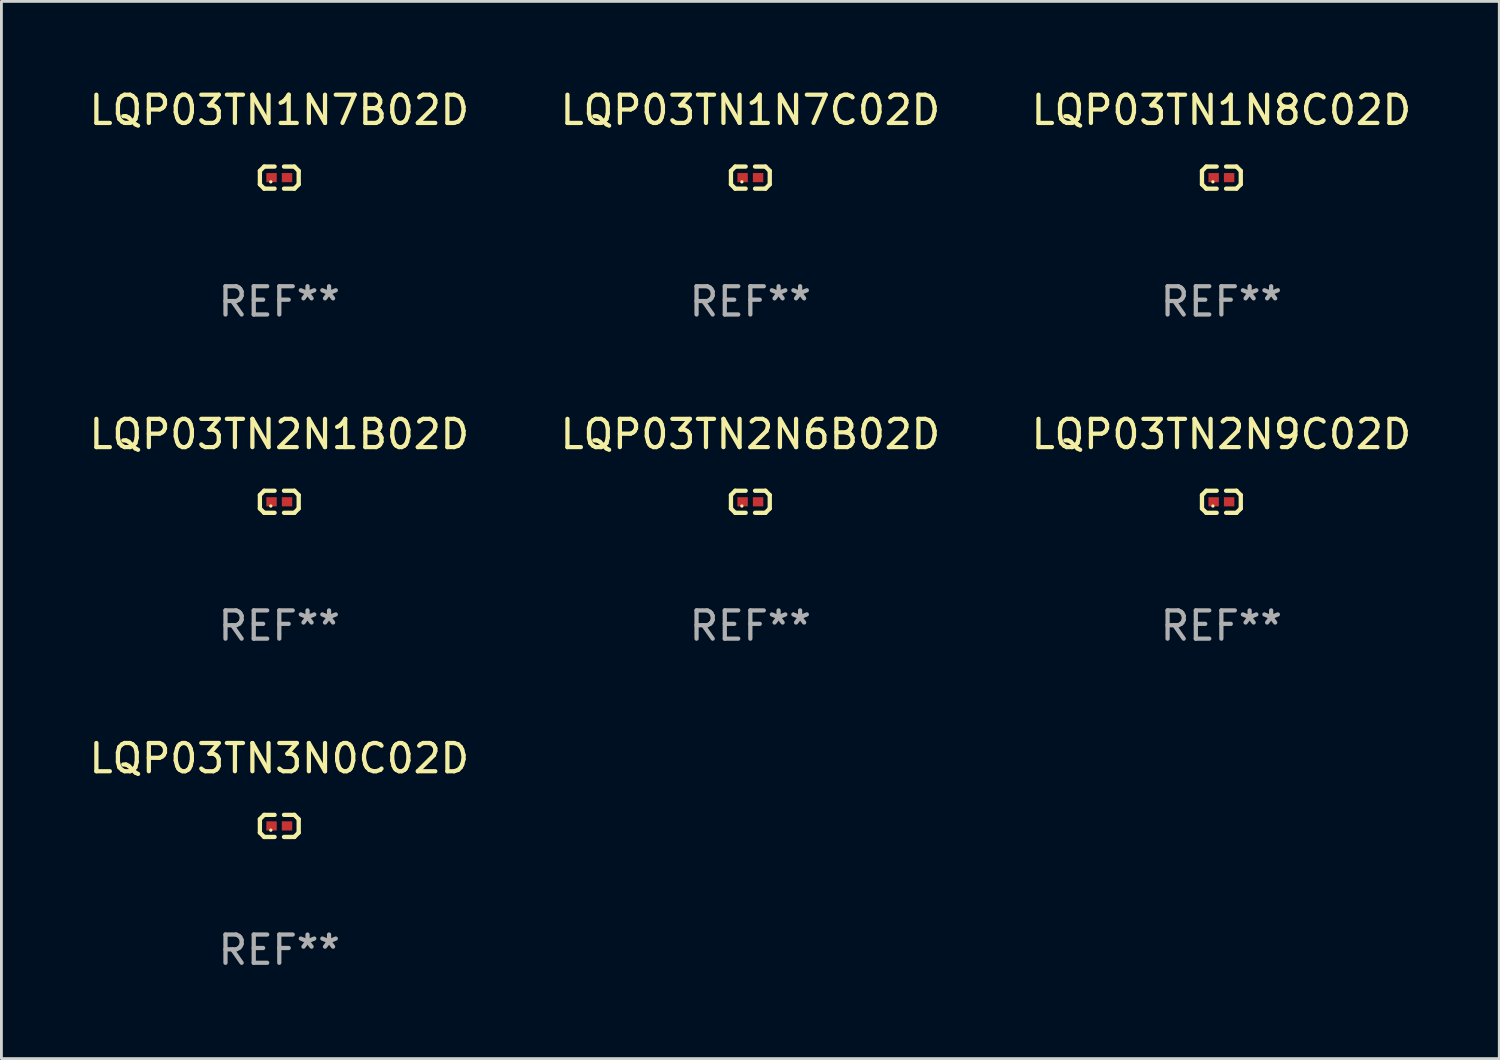
<source format=kicad_pcb>
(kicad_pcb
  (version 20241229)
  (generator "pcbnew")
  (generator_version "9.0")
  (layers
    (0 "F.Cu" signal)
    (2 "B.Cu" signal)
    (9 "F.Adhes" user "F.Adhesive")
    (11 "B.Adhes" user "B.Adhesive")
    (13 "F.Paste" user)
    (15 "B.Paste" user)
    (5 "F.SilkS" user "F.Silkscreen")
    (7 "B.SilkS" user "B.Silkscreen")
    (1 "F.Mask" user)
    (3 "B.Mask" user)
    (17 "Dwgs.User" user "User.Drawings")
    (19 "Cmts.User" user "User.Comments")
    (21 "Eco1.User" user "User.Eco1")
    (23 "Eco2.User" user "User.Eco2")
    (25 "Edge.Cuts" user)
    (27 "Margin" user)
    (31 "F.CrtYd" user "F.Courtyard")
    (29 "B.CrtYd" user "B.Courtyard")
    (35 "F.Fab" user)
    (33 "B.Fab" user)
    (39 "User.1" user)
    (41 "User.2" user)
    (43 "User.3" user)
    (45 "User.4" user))
  (footprint "LQP03TN2N6B02D"
    (layer "F.Cu")
    (at 23.518 14.717)
    (property "Reference" "LQP03TN2N6B02D" (at 0 -2.391 0) (layer "F.SilkS") (effects (font (size 1 1) (thickness 0.15))))
    (attr through_hole)
    (fp_line (start -0.687 -0.238) (end -0.535 -0.391) (stroke (width 0.152) (type solid)) (layer "F.SilkS"))
    (fp_line (start -0.687 0.238) (end -0.687 -0.238) (stroke (width 0.152) (type solid)) (layer "F.SilkS"))
    (fp_line (start -0.535 -0.391) (end -0.166 -0.391) (stroke (width 0.152) (type solid)) (layer "F.SilkS"))
    (fp_line (start -0.535 0.391) (end -0.687 0.238) (stroke (width 0.152) (type solid)) (layer "F.SilkS"))
    (fp_line (start -0.166 0.391) (end -0.535 0.391) (stroke (width 0.152) (type solid)) (layer "F.SilkS"))
    (fp_line (start 0.166 0.391) (end 0.535 0.391) (stroke (width 0.152) (type solid)) (layer "F.SilkS"))
    (fp_line (start 0.535 -0.391) (end 0.166 -0.391) (stroke (width 0.152) (type solid)) (layer "F.SilkS"))
    (fp_line (start 0.535 0.391) (end 0.687 0.238) (stroke (width 0.152) (type solid)) (layer "F.SilkS"))
    (fp_line (start 0.687 -0.238) (end 0.535 -0.391) (stroke (width 0.152) (type solid)) (layer "F.SilkS"))
    (fp_line (start 0.687 0.238) (end 0.687 -0.238) (stroke (width 0.152) (type solid)) (layer "F.SilkS"))
    (fp_circle (center -0.3 0.15) (end -0.27 0.15) (stroke (width 0.06) (type solid)) (fill no) (layer "F.SilkS"))
    (fp_text user "REF**" (at 0 4.391 0) (layer "F.Fab") (effects (font (size 1 1) (thickness 0.15))))
    (pad "1" smd rect (at -0.274 0) (size 0.368 0.324) (layers "F.Cu" "F.Mask" "F.Paste"))
    (pad "2" smd rect (at 0.274 0) (size 0.368 0.324) (layers "F.Cu" "F.Mask" "F.Paste")))
  (footprint "LQP03TN1N7B02D"
    (layer "F.Cu")
    (at 6.839 3.239)
    (property "Reference" "LQP03TN1N7B02D" (at 0 -2.391 0) (layer "F.SilkS") (effects (font (size 1 1) (thickness 0.15))))
    (attr through_hole)
    (fp_line (start -0.687 -0.238) (end -0.535 -0.391) (stroke (width 0.152) (type solid)) (layer "F.SilkS"))
    (fp_line (start -0.687 0.238) (end -0.687 -0.238) (stroke (width 0.152) (type solid)) (layer "F.SilkS"))
    (fp_line (start -0.535 -0.391) (end -0.166 -0.391) (stroke (width 0.152) (type solid)) (layer "F.SilkS"))
    (fp_line (start -0.535 0.391) (end -0.687 0.238) (stroke (width 0.152) (type solid)) (layer "F.SilkS"))
    (fp_line (start -0.166 0.391) (end -0.535 0.391) (stroke (width 0.152) (type solid)) (layer "F.SilkS"))
    (fp_line (start 0.166 0.391) (end 0.535 0.391) (stroke (width 0.152) (type solid)) (layer "F.SilkS"))
    (fp_line (start 0.535 -0.391) (end 0.166 -0.391) (stroke (width 0.152) (type solid)) (layer "F.SilkS"))
    (fp_line (start 0.535 0.391) (end 0.687 0.238) (stroke (width 0.152) (type solid)) (layer "F.SilkS"))
    (fp_line (start 0.687 -0.238) (end 0.535 -0.391) (stroke (width 0.152) (type solid)) (layer "F.SilkS"))
    (fp_line (start 0.687 0.238) (end 0.687 -0.238) (stroke (width 0.152) (type solid)) (layer "F.SilkS"))
    (fp_circle (center -0.3 0.15) (end -0.27 0.15) (stroke (width 0.06) (type solid)) (fill no) (layer "F.SilkS"))
    (fp_text user "REF**" (at 0 4.391 0) (layer "F.Fab") (effects (font (size 1 1) (thickness 0.15))))
    (pad "1" smd rect (at -0.274 0) (size 0.368 0.324) (layers "F.Cu" "F.Mask" "F.Paste"))
    (pad "2" smd rect (at 0.274 0) (size 0.368 0.324) (layers "F.Cu" "F.Mask" "F.Paste")))
  (footprint "LQP03TN2N9C02D"
    (layer "F.Cu")
    (at 40.196 14.717)
    (property "Reference" "LQP03TN2N9C02D" (at 0 -2.391 0) (layer "F.SilkS") (effects (font (size 1 1) (thickness 0.15))))
    (attr through_hole)
    (fp_line (start -0.687 -0.238) (end -0.535 -0.391) (stroke (width 0.152) (type solid)) (layer "F.SilkS"))
    (fp_line (start -0.687 0.238) (end -0.687 -0.238) (stroke (width 0.152) (type solid)) (layer "F.SilkS"))
    (fp_line (start -0.535 -0.391) (end -0.166 -0.391) (stroke (width 0.152) (type solid)) (layer "F.SilkS"))
    (fp_line (start -0.535 0.391) (end -0.687 0.238) (stroke (width 0.152) (type solid)) (layer "F.SilkS"))
    (fp_line (start -0.166 0.391) (end -0.535 0.391) (stroke (width 0.152) (type solid)) (layer "F.SilkS"))
    (fp_line (start 0.166 0.391) (end 0.535 0.391) (stroke (width 0.152) (type solid)) (layer "F.SilkS"))
    (fp_line (start 0.535 -0.391) (end 0.166 -0.391) (stroke (width 0.152) (type solid)) (layer "F.SilkS"))
    (fp_line (start 0.535 0.391) (end 0.687 0.238) (stroke (width 0.152) (type solid)) (layer "F.SilkS"))
    (fp_line (start 0.687 -0.238) (end 0.535 -0.391) (stroke (width 0.152) (type solid)) (layer "F.SilkS"))
    (fp_line (start 0.687 0.238) (end 0.687 -0.238) (stroke (width 0.152) (type solid)) (layer "F.SilkS"))
    (fp_circle (center -0.3 0.15) (end -0.27 0.15) (stroke (width 0.06) (type solid)) (fill no) (layer "F.SilkS"))
    (fp_text user "REF**" (at 0 4.391 0) (layer "F.Fab") (effects (font (size 1 1) (thickness 0.15))))
    (pad "1" smd rect (at -0.274 0) (size 0.368 0.324) (layers "F.Cu" "F.Mask" "F.Paste"))
    (pad "2" smd rect (at 0.274 0) (size 0.368 0.324) (layers "F.Cu" "F.Mask" "F.Paste")))
  (footprint "LQP03TN1N8C02D"
    (layer "F.Cu")
    (at 40.196 3.239)
    (property "Reference" "LQP03TN1N8C02D" (at 0 -2.391 0) (layer "F.SilkS") (effects (font (size 1 1) (thickness 0.15))))
    (attr through_hole)
    (fp_line (start -0.687 -0.238) (end -0.535 -0.391) (stroke (width 0.152) (type solid)) (layer "F.SilkS"))
    (fp_line (start -0.687 0.238) (end -0.687 -0.238) (stroke (width 0.152) (type solid)) (layer "F.SilkS"))
    (fp_line (start -0.535 -0.391) (end -0.166 -0.391) (stroke (width 0.152) (type solid)) (layer "F.SilkS"))
    (fp_line (start -0.535 0.391) (end -0.687 0.238) (stroke (width 0.152) (type solid)) (layer "F.SilkS"))
    (fp_line (start -0.166 0.391) (end -0.535 0.391) (stroke (width 0.152) (type solid)) (layer "F.SilkS"))
    (fp_line (start 0.166 0.391) (end 0.535 0.391) (stroke (width 0.152) (type solid)) (layer "F.SilkS"))
    (fp_line (start 0.535 -0.391) (end 0.166 -0.391) (stroke (width 0.152) (type solid)) (layer "F.SilkS"))
    (fp_line (start 0.535 0.391) (end 0.687 0.238) (stroke (width 0.152) (type solid)) (layer "F.SilkS"))
    (fp_line (start 0.687 -0.238) (end 0.535 -0.391) (stroke (width 0.152) (type solid)) (layer "F.SilkS"))
    (fp_line (start 0.687 0.238) (end 0.687 -0.238) (stroke (width 0.152) (type solid)) (layer "F.SilkS"))
    (fp_circle (center -0.3 0.15) (end -0.27 0.15) (stroke (width 0.06) (type solid)) (fill no) (layer "F.SilkS"))
    (fp_text user "REF**" (at 0 4.391 0) (layer "F.Fab") (effects (font (size 1 1) (thickness 0.15))))
    (pad "1" smd rect (at -0.274 0) (size 0.368 0.324) (layers "F.Cu" "F.Mask" "F.Paste"))
    (pad "2" smd rect (at 0.274 0) (size 0.368 0.324) (layers "F.Cu" "F.Mask" "F.Paste")))
  (footprint "LQP03TN2N1B02D"
    (layer "F.Cu")
    (at 6.839 14.717)
    (property "Reference" "LQP03TN2N1B02D" (at 0 -2.391 0) (layer "F.SilkS") (effects (font (size 1 1) (thickness 0.15))))
    (attr through_hole)
    (fp_line (start -0.687 -0.238) (end -0.535 -0.391) (stroke (width 0.152) (type solid)) (layer "F.SilkS"))
    (fp_line (start -0.687 0.238) (end -0.687 -0.238) (stroke (width 0.152) (type solid)) (layer "F.SilkS"))
    (fp_line (start -0.535 -0.391) (end -0.166 -0.391) (stroke (width 0.152) (type solid)) (layer "F.SilkS"))
    (fp_line (start -0.535 0.391) (end -0.687 0.238) (stroke (width 0.152) (type solid)) (layer "F.SilkS"))
    (fp_line (start -0.166 0.391) (end -0.535 0.391) (stroke (width 0.152) (type solid)) (layer "F.SilkS"))
    (fp_line (start 0.166 0.391) (end 0.535 0.391) (stroke (width 0.152) (type solid)) (layer "F.SilkS"))
    (fp_line (start 0.535 -0.391) (end 0.166 -0.391) (stroke (width 0.152) (type solid)) (layer "F.SilkS"))
    (fp_line (start 0.535 0.391) (end 0.687 0.238) (stroke (width 0.152) (type solid)) (layer "F.SilkS"))
    (fp_line (start 0.687 -0.238) (end 0.535 -0.391) (stroke (width 0.152) (type solid)) (layer "F.SilkS"))
    (fp_line (start 0.687 0.238) (end 0.687 -0.238) (stroke (width 0.152) (type solid)) (layer "F.SilkS"))
    (fp_circle (center -0.3 0.15) (end -0.27 0.15) (stroke (width 0.06) (type solid)) (fill no) (layer "F.SilkS"))
    (fp_text user "REF**" (at 0 4.391 0) (layer "F.Fab") (effects (font (size 1 1) (thickness 0.15))))
    (pad "1" smd rect (at -0.274 0) (size 0.368 0.324) (layers "F.Cu" "F.Mask" "F.Paste"))
    (pad "2" smd rect (at 0.274 0) (size 0.368 0.324) (layers "F.Cu" "F.Mask" "F.Paste")))
  (footprint "LQP03TN3N0C02D"
    (layer "F.Cu")
    (at 6.839 26.194)
    (property "Reference" "LQP03TN3N0C02D" (at 0 -2.391 0) (layer "F.SilkS") (effects (font (size 1 1) (thickness 0.15))))
    (attr through_hole)
    (fp_line (start -0.687 -0.238) (end -0.535 -0.391) (stroke (width 0.152) (type solid)) (layer "F.SilkS"))
    (fp_line (start -0.687 0.238) (end -0.687 -0.238) (stroke (width 0.152) (type solid)) (layer "F.SilkS"))
    (fp_line (start -0.535 -0.391) (end -0.166 -0.391) (stroke (width 0.152) (type solid)) (layer "F.SilkS"))
    (fp_line (start -0.535 0.391) (end -0.687 0.238) (stroke (width 0.152) (type solid)) (layer "F.SilkS"))
    (fp_line (start -0.166 0.391) (end -0.535 0.391) (stroke (width 0.152) (type solid)) (layer "F.SilkS"))
    (fp_line (start 0.166 0.391) (end 0.535 0.391) (stroke (width 0.152) (type solid)) (layer "F.SilkS"))
    (fp_line (start 0.535 -0.391) (end 0.166 -0.391) (stroke (width 0.152) (type solid)) (layer "F.SilkS"))
    (fp_line (start 0.535 0.391) (end 0.687 0.238) (stroke (width 0.152) (type solid)) (layer "F.SilkS"))
    (fp_line (start 0.687 -0.238) (end 0.535 -0.391) (stroke (width 0.152) (type solid)) (layer "F.SilkS"))
    (fp_line (start 0.687 0.238) (end 0.687 -0.238) (stroke (width 0.152) (type solid)) (layer "F.SilkS"))
    (fp_circle (center -0.3 0.15) (end -0.27 0.15) (stroke (width 0.06) (type solid)) (fill no) (layer "F.SilkS"))
    (fp_text user "REF**" (at 0 4.391 0) (layer "F.Fab") (effects (font (size 1 1) (thickness 0.15))))
    (pad "1" smd rect (at -0.274 0) (size 0.368 0.324) (layers "F.Cu" "F.Mask" "F.Paste"))
    (pad "2" smd rect (at 0.274 0) (size 0.368 0.324) (layers "F.Cu" "F.Mask" "F.Paste")))
  (footprint "LQP03TN1N7C02D"
    (layer "F.Cu")
    (at 23.518 3.239)
    (property "Reference" "LQP03TN1N7C02D" (at 0 -2.391 0) (layer "F.SilkS") (effects (font (size 1 1) (thickness 0.15))))
    (attr through_hole)
    (fp_line (start -0.687 -0.238) (end -0.535 -0.391) (stroke (width 0.152) (type solid)) (layer "F.SilkS"))
    (fp_line (start -0.687 0.238) (end -0.687 -0.238) (stroke (width 0.152) (type solid)) (layer "F.SilkS"))
    (fp_line (start -0.535 -0.391) (end -0.166 -0.391) (stroke (width 0.152) (type solid)) (layer "F.SilkS"))
    (fp_line (start -0.535 0.391) (end -0.687 0.238) (stroke (width 0.152) (type solid)) (layer "F.SilkS"))
    (fp_line (start -0.166 0.391) (end -0.535 0.391) (stroke (width 0.152) (type solid)) (layer "F.SilkS"))
    (fp_line (start 0.166 0.391) (end 0.535 0.391) (stroke (width 0.152) (type solid)) (layer "F.SilkS"))
    (fp_line (start 0.535 -0.391) (end 0.166 -0.391) (stroke (width 0.152) (type solid)) (layer "F.SilkS"))
    (fp_line (start 0.535 0.391) (end 0.687 0.238) (stroke (width 0.152) (type solid)) (layer "F.SilkS"))
    (fp_line (start 0.687 -0.238) (end 0.535 -0.391) (stroke (width 0.152) (type solid)) (layer "F.SilkS"))
    (fp_line (start 0.687 0.238) (end 0.687 -0.238) (stroke (width 0.152) (type solid)) (layer "F.SilkS"))
    (fp_circle (center -0.3 0.15) (end -0.27 0.15) (stroke (width 0.06) (type solid)) (fill no) (layer "F.SilkS"))
    (fp_text user "REF**" (at 0 4.391 0) (layer "F.Fab") (effects (font (size 1 1) (thickness 0.15))))
    (pad "1" smd rect (at -0.274 0) (size 0.368 0.324) (layers "F.Cu" "F.Mask" "F.Paste"))
    (pad "2" smd rect (at 0.274 0) (size 0.368 0.324) (layers "F.Cu" "F.Mask" "F.Paste")))
  (gr_rect
    (start -3 -3)
    (end 50.036 34.433)
    (stroke (width 0.1) (type default))
    (fill no)
    (layer "Edge.Cuts")))
</source>
